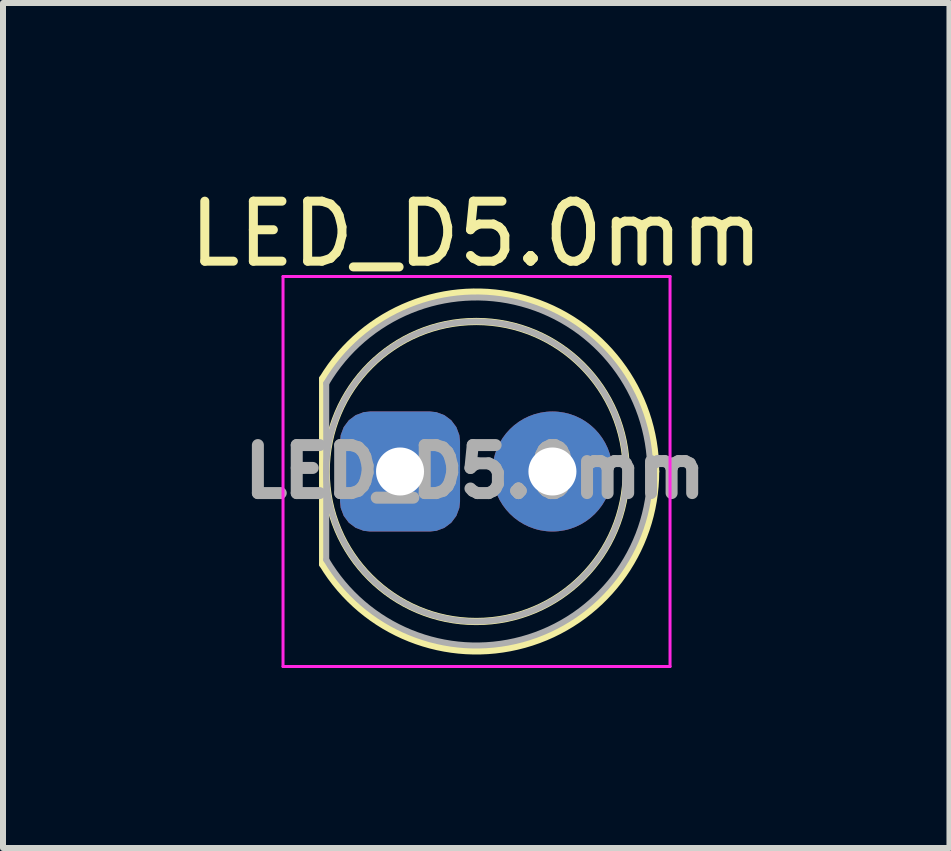
<source format=kicad_pcb>
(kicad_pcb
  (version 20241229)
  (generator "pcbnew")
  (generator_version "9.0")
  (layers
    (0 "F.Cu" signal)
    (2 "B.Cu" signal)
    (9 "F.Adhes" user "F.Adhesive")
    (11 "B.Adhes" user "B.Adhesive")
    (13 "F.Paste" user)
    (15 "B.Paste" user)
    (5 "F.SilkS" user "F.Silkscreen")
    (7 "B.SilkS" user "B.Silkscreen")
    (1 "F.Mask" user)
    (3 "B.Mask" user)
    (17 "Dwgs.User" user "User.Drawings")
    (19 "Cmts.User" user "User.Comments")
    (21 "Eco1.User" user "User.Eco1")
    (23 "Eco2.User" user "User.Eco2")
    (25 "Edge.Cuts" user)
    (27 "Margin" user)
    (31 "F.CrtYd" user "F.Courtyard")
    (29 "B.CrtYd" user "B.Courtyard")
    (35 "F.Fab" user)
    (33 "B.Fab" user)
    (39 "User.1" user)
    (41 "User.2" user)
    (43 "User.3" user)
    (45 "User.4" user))
  (footprint "LED_D5.0mm"
    (layer "F.Cu")
    (at 3.617 4.808)
    (property "Reference" "LED_D5.0mm" (at 1.27 -3.96 0) (layer "F.SilkS") (effects (font (size 1 1) (thickness 0.15))))
    (attr through_hole)
    (fp_line (start -1.29 -1.545) (end -1.29 1.545) (stroke (width 0.12) (type solid)) (layer "F.SilkS"))
    (fp_arc (start -1.29 -1.54483) (mid 2.072002 -2.880433) (end 4.26 0.000462) (stroke (width 0.12) (type solid)) (layer "F.SilkS"))
    (fp_arc (start 4.26 -0.000462) (mid 2.072002 2.880433) (end -1.29 1.54483) (stroke (width 0.12) (type solid)) (layer "F.SilkS"))
    (fp_circle (center 1.27 0) (end 3.77 0) (stroke (width 0.12) (type solid)) (fill no) (layer "F.SilkS"))
    (fp_line (start -1.95 -3.25) (end -1.95 3.25) (stroke (width 0.05) (type solid)) (layer "F.CrtYd"))
    (fp_line (start -1.95 3.25) (end 4.5 3.25) (stroke (width 0.05) (type solid)) (layer "F.CrtYd"))
    (fp_line (start 4.5 -3.25) (end -1.95 -3.25) (stroke (width 0.05) (type solid)) (layer "F.CrtYd"))
    (fp_line (start 4.5 3.25) (end 4.5 -3.25) (stroke (width 0.05) (type solid)) (layer "F.CrtYd"))
    (fp_line (start -1.23 -1.47) (end -1.23 1.47) (stroke (width 0.1) (type solid)) (layer "F.Fab"))
    (fp_arc (start -1.23 -1.469694) (mid 4.17 0.000016) (end -1.230016 1.469666) (stroke (width 0.1) (type solid)) (layer "F.Fab"))
    (fp_circle (center 1.27 0) (end 3.77 0) (stroke (width 0.1) (type solid)) (fill no) (layer "F.Fab"))
    (fp_text user "${REFERENCE}" (at 1.25 0 0) (layer "F.Fab") (effects (font (size 0.8 0.8) (thickness 0.2))))
    (pad "1" thru_hole roundrect (at 0 0) (size 2 2) (drill 0.8) (layers "*.Cu" "*.Mask") (roundrect_rratio 0.25))
    (pad "2" thru_hole circle (at 2.54 0) (size 2 2) (drill 0.8) (layers "*.Cu" "*.Mask")))
  (gr_rect
    (start -3 -3)
    (end 12.774 11.083)
    (stroke (width 0.1) (type default))
    (fill no)
    (layer "Edge.Cuts")))
</source>
